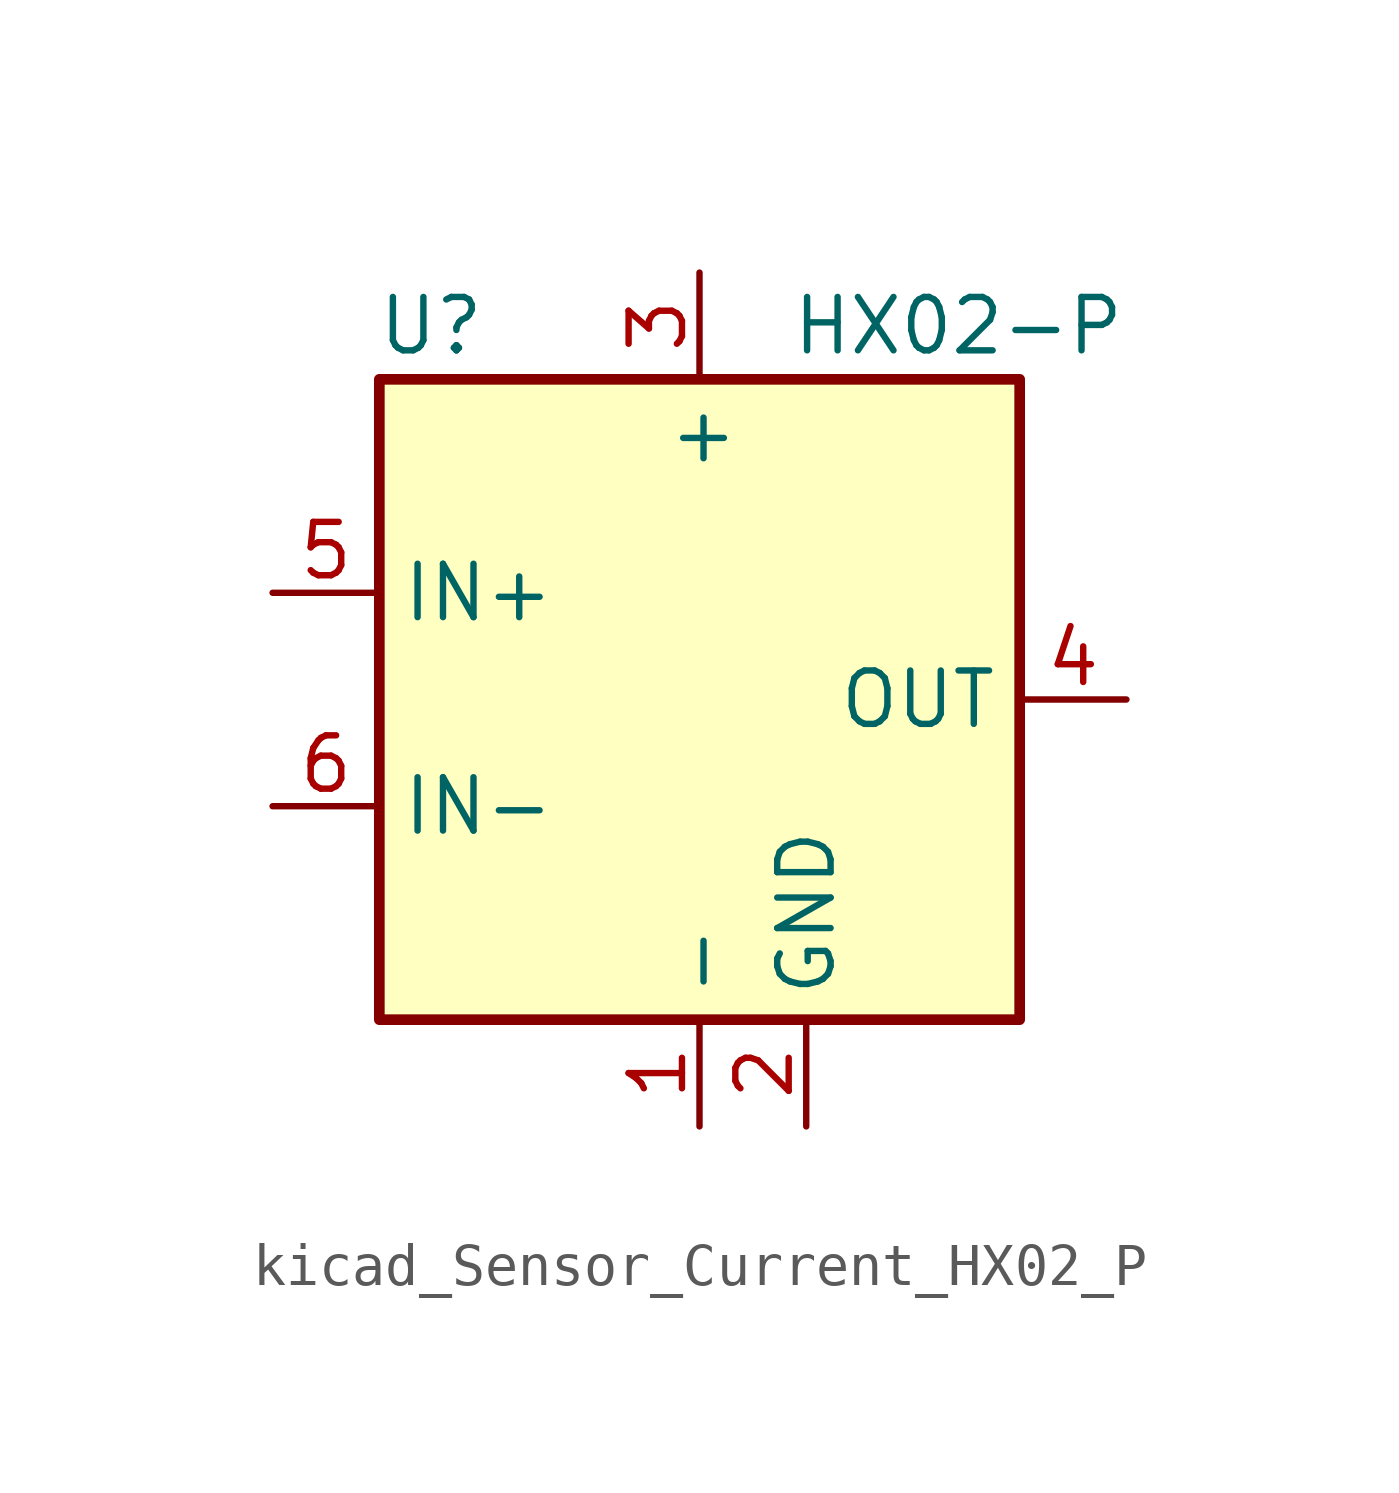
<source format=kicad_sym>
(kicad_symbol_lib
  (version 20220914)
  (generator kicad_symbol_editor)
  (symbol "kicad_Sensor_Current_HX02_P"
    (property "Reference" "U"
      (at -5.08 8.89 0)
      (effects (font (size 1.27 1.27)) (justify right)))
    (property "Value" "HX02-P"
      (at 10.16 8.89 0)
      (effects (font (size 1.27 1.27)) (justify right)))
    (symbol "kicad_Sensor_Current_HX02_P_0_1"
      (rectangle (start -7.62 7.62) (end 7.62 -7.62) (stroke (width 0.254) (type default)) (fill (type background))))
    (symbol "kicad_Sensor_Current_HX02_P_1_1"
      (pin power_in line (at 0 -10.16 90) (length 2.54) (name "-" (effects (font (size 1.27 1.27)))) (number "1" (effects (font (size 1.27 1.27)))))
      (pin power_in line (at 2.54 -10.16 90) (length 2.54) (name "GND" (effects (font (size 1.27 1.27)))) (number "2" (effects (font (size 1.27 1.27)))))
      (pin power_in line (at 0 10.16 270) (length 2.54) (name "+" (effects (font (size 1.27 1.27)))) (number "3" (effects (font (size 1.27 1.27)))))
      (pin output line (at 10.16 0 180) (length 2.54) (name "OUT" (effects (font (size 1.27 1.27)))) (number "4" (effects (font (size 1.27 1.27)))))
      (pin passive line (at -10.16 2.54 0) (length 2.54) (name "IN+" (effects (font (size 1.27 1.27)))) (number "5" (effects (font (size 1.27 1.27)))))
      (pin passive line (at -10.16 -2.54 0) (length 2.54) (name "IN-" (effects (font (size 1.27 1.27)))) (number "6" (effects (font (size 1.27 1.27))))))))
</source>
